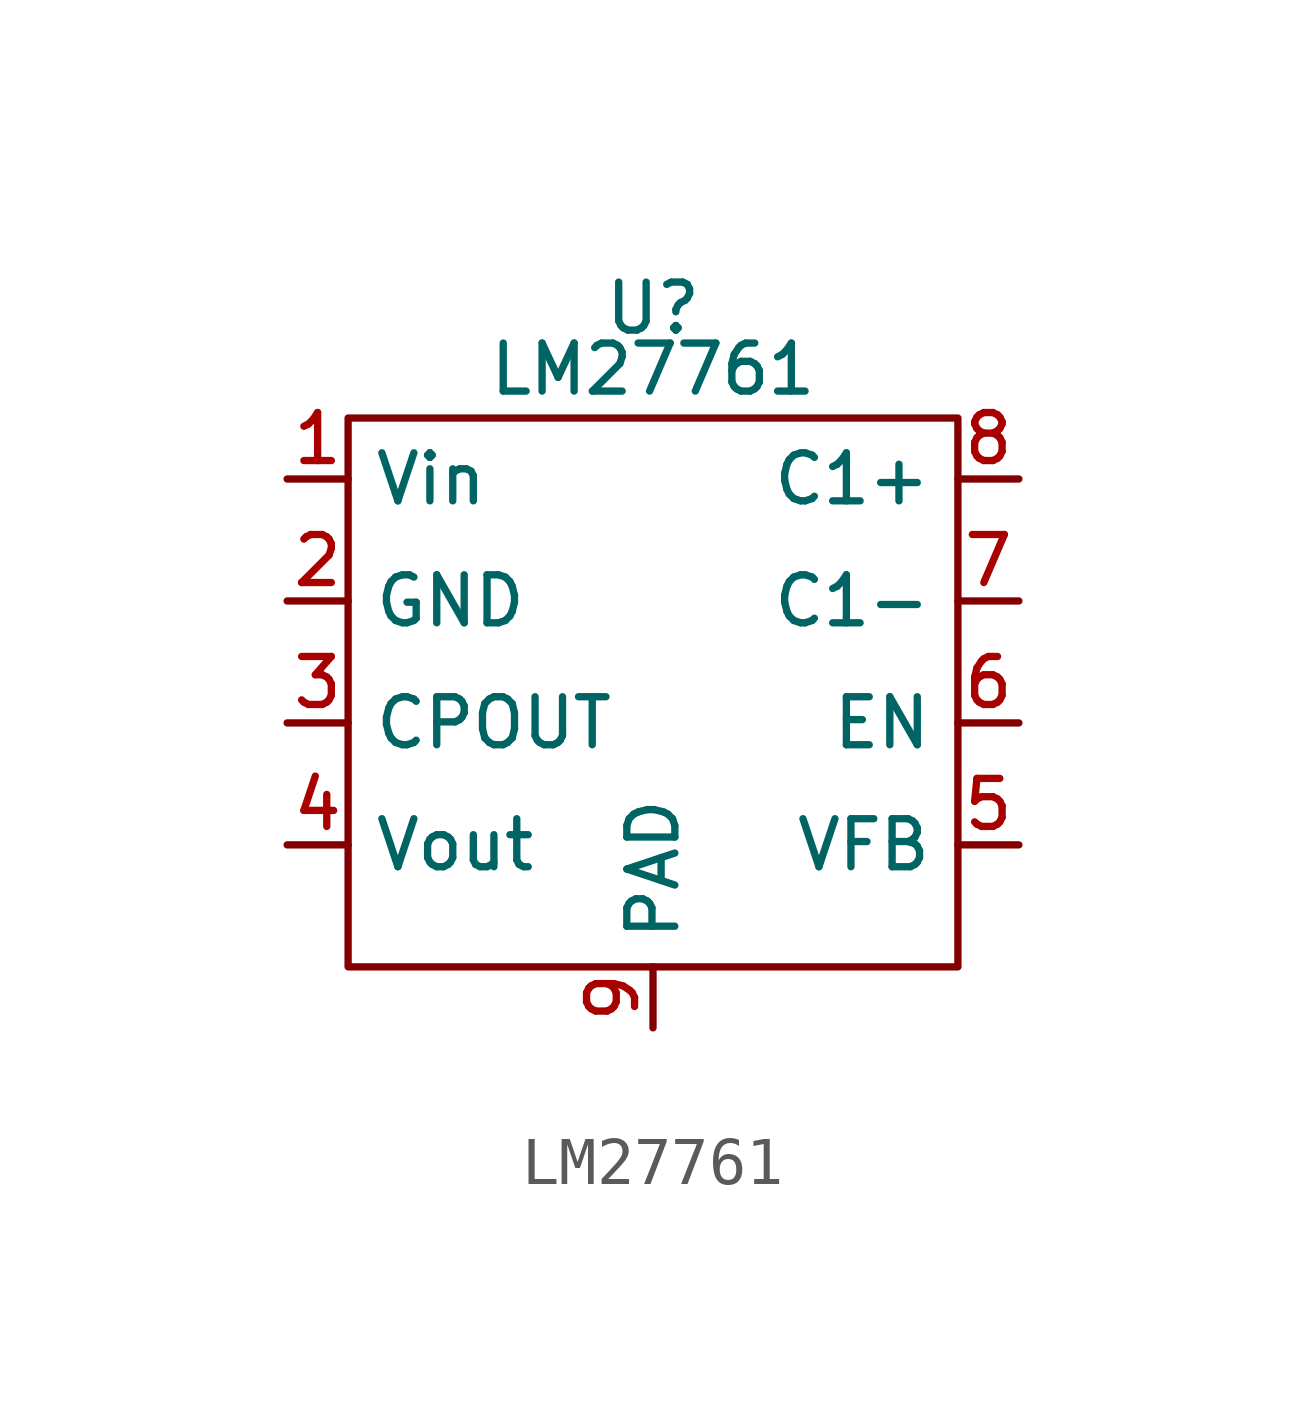
<source format=kicad_sym>
(kicad_symbol_lib
  (version 20231120)
  (generator "kicad_symbol_editor")
  (generator_version "8.0")
  (symbol "LM27761"
    (property "Reference" "U"
      (at 0 7.366 0)
      (effects (font (size 1 1))))
    (property "Value" "LM27761"
      (at 0 6.096 0)
      (effects (font (size 1 1))))
    (symbol "LM27761_0_1"
      (rectangle (start -6.35 5.08) (end 6.35 -6.35) (stroke (width 0) (type default)) (fill (type none))))
    (symbol "LM27761_1_1"
      (pin power_in line (at -7.62 3.81 0) (length 1.27) (name "Vin" (effects (font (size 1 1)))) (number "1" (effects (font (size 1 1)))))
      (pin power_in line (at -7.62 1.27 0) (length 1.27) (name "GND" (effects (font (size 1 1)))) (number "2" (effects (font (size 1 1)))))
      (pin power_out line (at -7.62 -1.27 0) (length 1.27) (name "CPOUT" (effects (font (size 1 1)))) (number "3" (effects (font (size 1 1)))))
      (pin power_out line (at -7.62 -3.81 0) (length 1.27) (name "Vout" (effects (font (size 1 1)))) (number "4" (effects (font (size 1 1)))))
      (pin input line (at 7.62 -3.81 180) (length 1.27) (name "VFB" (effects (font (size 1 1)))) (number "5" (effects (font (size 1 1)))))
      (pin input line (at 7.62 -1.27 180) (length 1.27) (name "EN" (effects (font (size 1 1)))) (number "6" (effects (font (size 1 1)))))
      (pin passive line (at 7.62 1.27 180) (length 1.27) (name "C1-" (effects (font (size 1 1)))) (number "7" (effects (font (size 1 1)))))
      (pin passive line (at 7.62 3.81 180) (length 1.27) (name "C1+" (effects (font (size 1 1)))) (number "8" (effects (font (size 1 1)))))
      (pin power_in line (at 0 -7.62 90) (length 1.27) (name "PAD" (effects (font (size 1 1)))) (number "9" (effects (font (size 1 1))))))))
</source>
